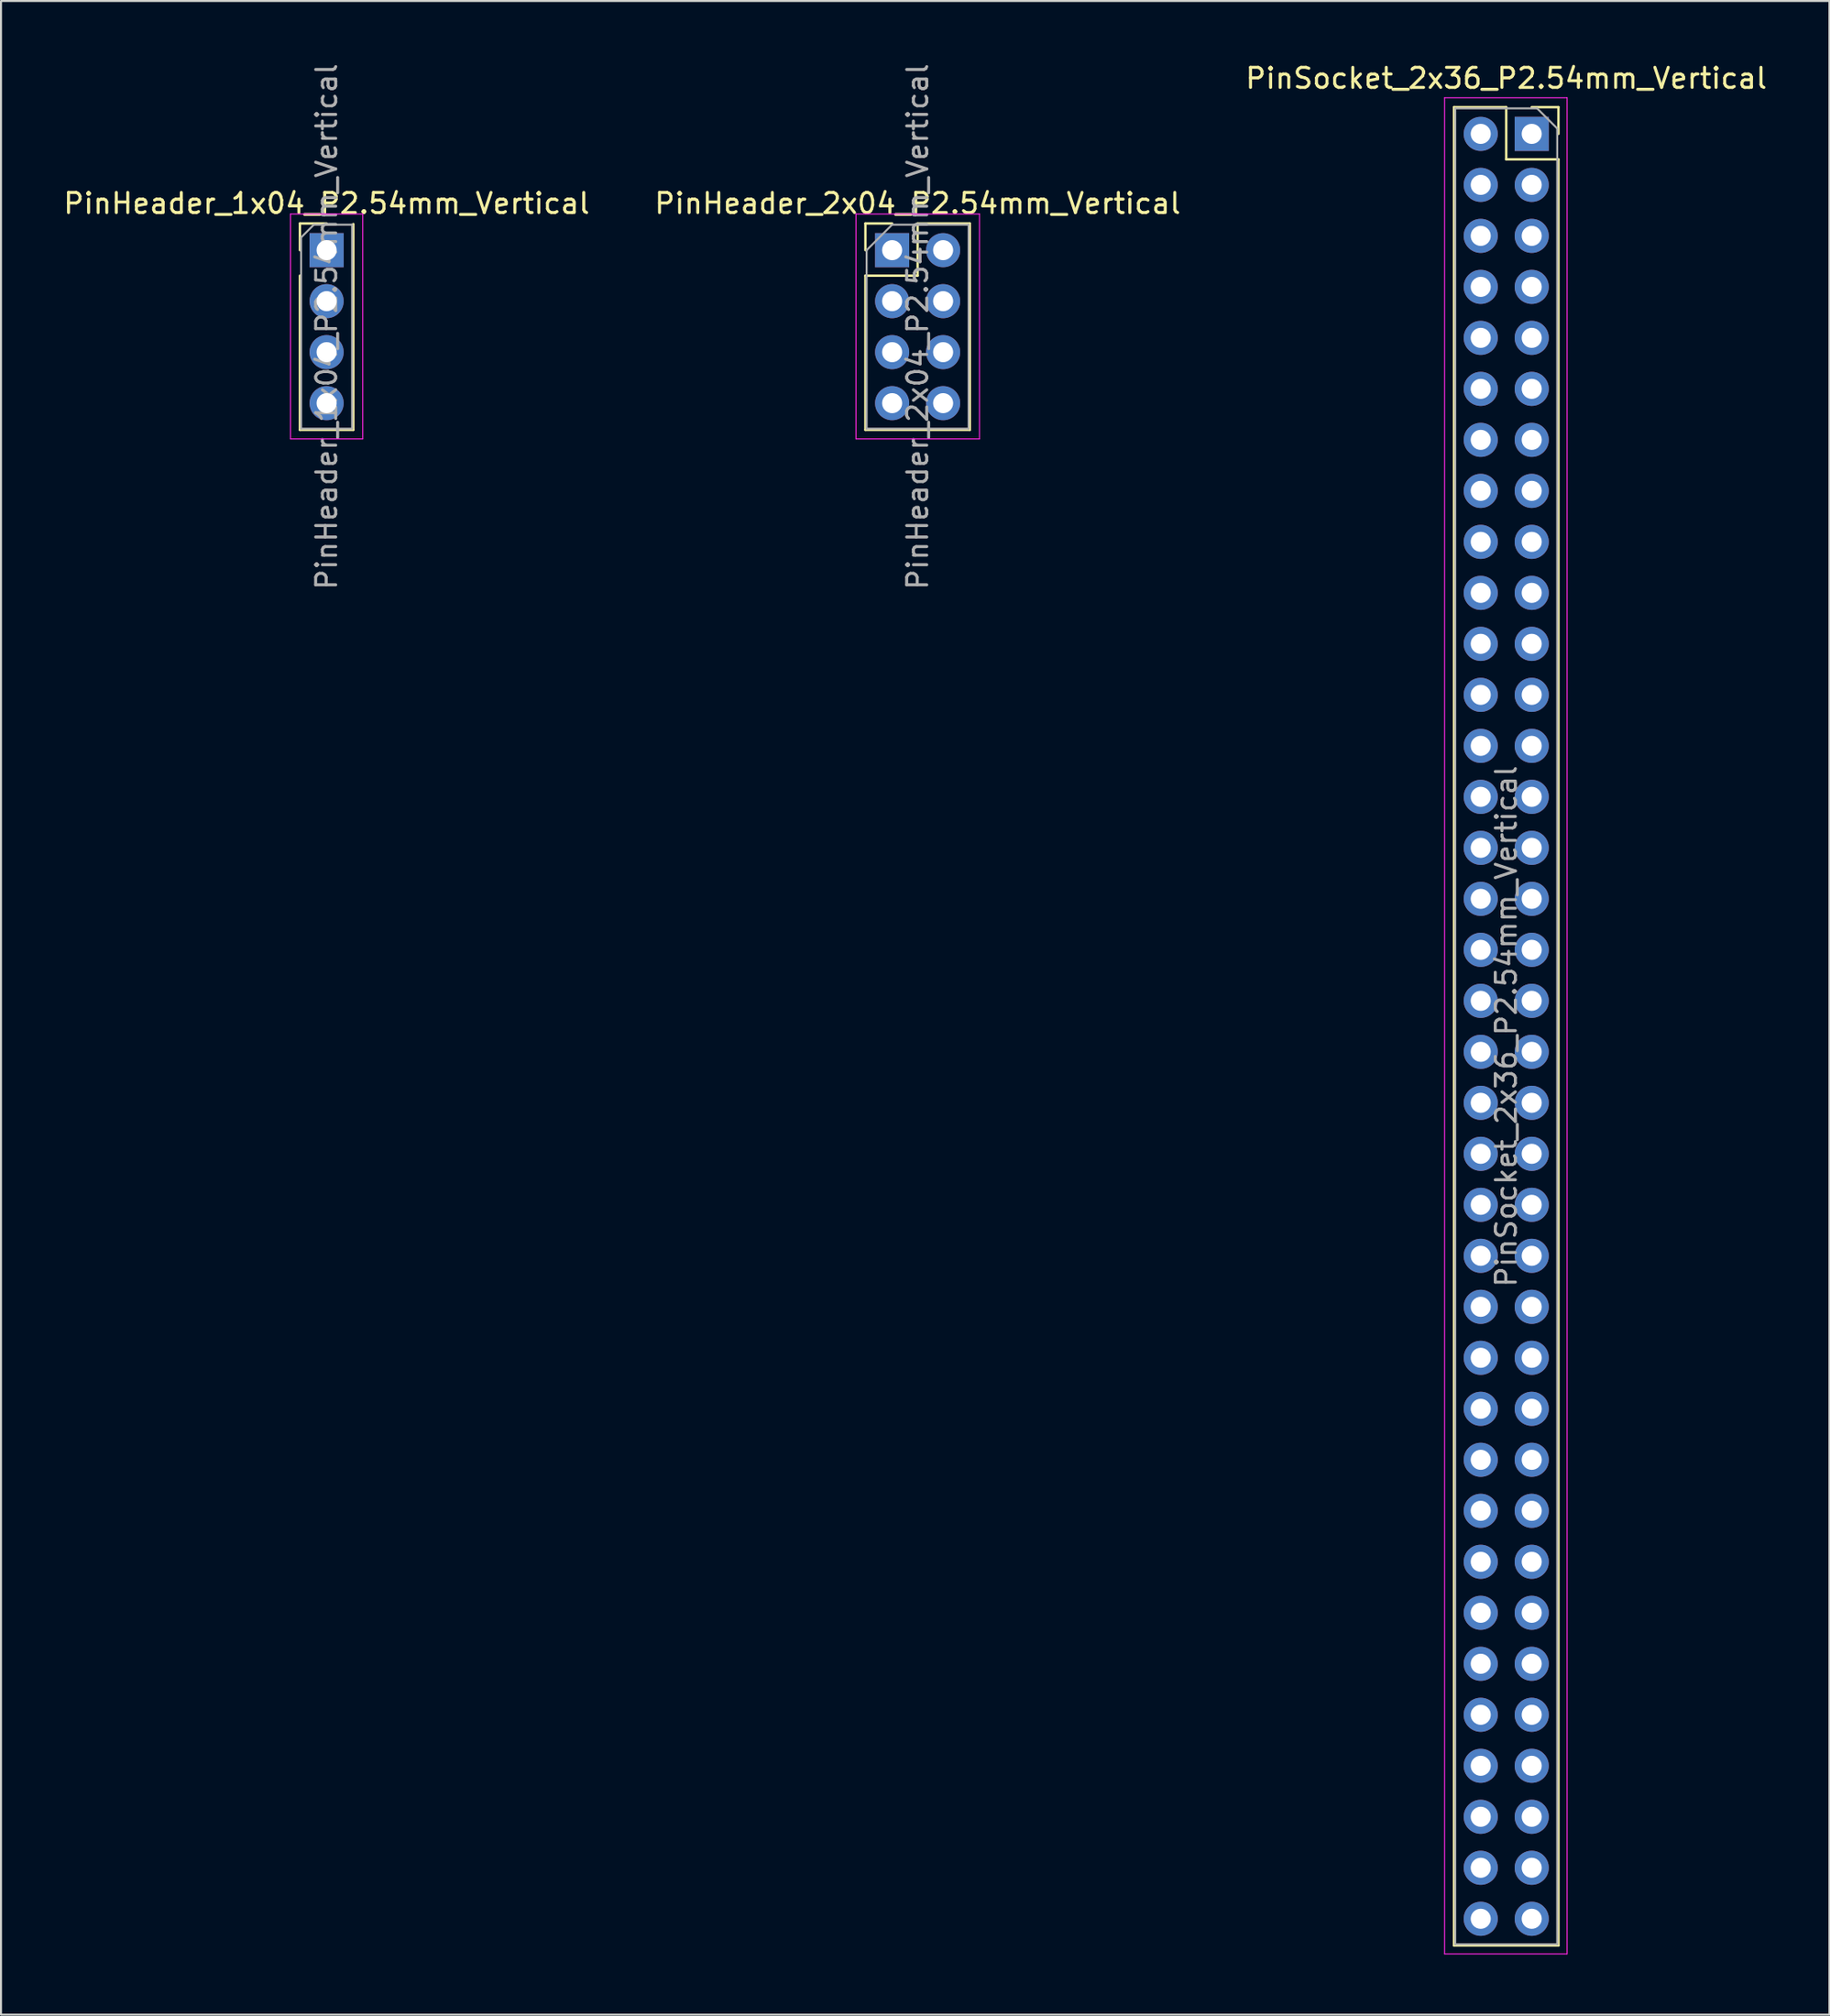
<source format=kicad_pcb>
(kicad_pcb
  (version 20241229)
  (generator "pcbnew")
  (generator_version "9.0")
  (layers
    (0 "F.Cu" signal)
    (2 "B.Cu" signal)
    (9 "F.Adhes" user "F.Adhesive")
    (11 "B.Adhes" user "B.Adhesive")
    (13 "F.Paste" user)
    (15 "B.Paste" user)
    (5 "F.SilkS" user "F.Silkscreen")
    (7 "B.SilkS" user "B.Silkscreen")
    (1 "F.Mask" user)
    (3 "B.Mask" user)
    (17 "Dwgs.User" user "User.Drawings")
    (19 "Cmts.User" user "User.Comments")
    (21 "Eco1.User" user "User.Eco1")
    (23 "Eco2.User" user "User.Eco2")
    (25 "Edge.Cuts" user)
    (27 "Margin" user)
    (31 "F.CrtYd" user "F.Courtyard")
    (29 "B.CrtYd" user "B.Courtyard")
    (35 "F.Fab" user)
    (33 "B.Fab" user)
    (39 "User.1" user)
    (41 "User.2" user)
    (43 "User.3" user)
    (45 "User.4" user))
  (footprint "PinHeader_1x04_P2.54mm_Vertical"
    (layer "F.Cu")
    (at 13.22 9.41)
    (property "Reference" "PinHeader_1x04_P2.54mm_Vertical" (at 0 -2.33 0) (layer "F.SilkS") (effects (font (size 1 1) (thickness 0.15))))
    (attr through_hole)
    (fp_line (start -1.33 -1.33) (end 0 -1.33) (stroke (width 0.12) (type solid)) (layer "F.SilkS"))
    (fp_line (start -1.33 0) (end -1.33 -1.33) (stroke (width 0.12) (type solid)) (layer "F.SilkS"))
    (fp_line (start -1.33 1.27) (end -1.33 8.95) (stroke (width 0.12) (type solid)) (layer "F.SilkS"))
    (fp_line (start -1.33 8.95) (end 1.33 8.95) (stroke (width 0.12) (type solid)) (layer "F.SilkS"))
    (fp_line (start 1.33 -1.3) (end 1.33 8.95) (stroke (width 0.12) (type solid)) (layer "F.SilkS"))
    (fp_line (start -1.8 -1.8) (end -1.8 9.4) (stroke (width 0.05) (type solid)) (layer "F.CrtYd"))
    (fp_line (start -1.8 9.4) (end 1.8 9.4) (stroke (width 0.05) (type solid)) (layer "F.CrtYd"))
    (fp_line (start 1.8 -1.8) (end -1.8 -1.8) (stroke (width 0.05) (type solid)) (layer "F.CrtYd"))
    (fp_line (start 1.8 9.4) (end 1.8 -1.8) (stroke (width 0.05) (type solid)) (layer "F.CrtYd"))
    (fp_line (start -1.27 -0.635) (end -0.635 -1.27) (stroke (width 0.1) (type solid)) (layer "F.Fab"))
    (fp_line (start -1.27 8.89) (end -1.27 -0.635) (stroke (width 0.1) (type solid)) (layer "F.Fab"))
    (fp_line (start -0.635 -1.27) (end 1.27 -1.27) (stroke (width 0.1) (type solid)) (layer "F.Fab"))
    (fp_line (start 1.27 -1.27) (end 1.27 8.89) (stroke (width 0.1) (type solid)) (layer "F.Fab"))
    (fp_line (start 1.27 8.89) (end -1.27 8.89) (stroke (width 0.1) (type solid)) (layer "F.Fab"))
    (fp_text user "${REFERENCE}" (at 0 3.81 90) (layer "F.Fab") (effects (font (size 1 1) (thickness 0.15))))
    (pad "1" thru_hole rect (at 0 0) (size 1.7 1.7) (drill 1) (layers "*.Cu" "*.Mask"))
    (pad "2" thru_hole oval (at 0 2.54) (size 1.7 1.7) (drill 1) (layers "*.Cu" "*.Mask"))
    (pad "3" thru_hole oval (at 0 5.08) (size 1.7 1.7) (drill 1) (layers "*.Cu" "*.Mask"))
    (pad "4" thru_hole oval (at 0 7.62) (size 1.7 1.7) (drill 1) (layers "*.Cu" "*.Mask")))
  (footprint "PinSocket_2x36_P2.54mm_Vertical"
    (layer "F.Cu")
    (at 73.252 3.618)
    (property "Reference" "PinSocket_2x36_P2.54mm_Vertical" (at -1.27 -2.77 180) (layer "F.SilkS") (effects (font (size 1 1) (thickness 0.15))))
    (attr through_hole)
    (fp_line (start -3.87 -1.33) (end -3.87 90.23) (stroke (width 0.12) (type solid)) (layer "F.SilkS"))
    (fp_line (start -3.87 -1.33) (end -1.27 -1.33) (stroke (width 0.12) (type solid)) (layer "F.SilkS"))
    (fp_line (start -3.87 90.23) (end 1.33 90.23) (stroke (width 0.12) (type solid)) (layer "F.SilkS"))
    (fp_line (start -1.27 -1.33) (end -1.27 1.27) (stroke (width 0.12) (type solid)) (layer "F.SilkS"))
    (fp_line (start -1.27 1.27) (end 1.33 1.27) (stroke (width 0.12) (type solid)) (layer "F.SilkS"))
    (fp_line (start 0 -1.33) (end 1.33 -1.33) (stroke (width 0.12) (type solid)) (layer "F.SilkS"))
    (fp_line (start 1.33 -1.33) (end 1.33 0) (stroke (width 0.12) (type solid)) (layer "F.SilkS"))
    (fp_line (start 1.33 1.27) (end 1.33 90.23) (stroke (width 0.12) (type solid)) (layer "F.SilkS"))
    (fp_line (start -4.34 -1.8) (end 1.76 -1.8) (stroke (width 0.05) (type solid)) (layer "F.CrtYd"))
    (fp_line (start -4.34 90.65) (end -4.34 -1.8) (stroke (width 0.05) (type solid)) (layer "F.CrtYd"))
    (fp_line (start 1.76 -1.8) (end 1.76 90.65) (stroke (width 0.05) (type solid)) (layer "F.CrtYd"))
    (fp_line (start 1.76 90.65) (end -4.34 90.65) (stroke (width 0.05) (type solid)) (layer "F.CrtYd"))
    (fp_line (start -3.81 -1.27) (end 0.27 -1.27) (stroke (width 0.1) (type solid)) (layer "F.Fab"))
    (fp_line (start -3.81 90.17) (end -3.81 -1.27) (stroke (width 0.1) (type solid)) (layer "F.Fab"))
    (fp_line (start 0.27 -1.27) (end 1.27 -0.27) (stroke (width 0.1) (type solid)) (layer "F.Fab"))
    (fp_line (start 1.27 -0.27) (end 1.27 90.17) (stroke (width 0.1) (type solid)) (layer "F.Fab"))
    (fp_line (start 1.27 90.17) (end -3.81 90.17) (stroke (width 0.1) (type solid)) (layer "F.Fab"))
    (fp_text user "${REFERENCE}" (at -1.27 44.45 270) (layer "F.Fab") (effects (font (size 1 1) (thickness 0.15))))
    (pad "1" thru_hole rect (at 0 0) (size 1.7 1.7) (drill 1) (layers "*.Cu" "*.Mask"))
    (pad "2" thru_hole oval (at -2.54 0) (size 1.7 1.7) (drill 1) (layers "*.Cu" "*.Mask"))
    (pad "3" thru_hole oval (at 0 2.54) (size 1.7 1.7) (drill 1) (layers "*.Cu" "*.Mask"))
    (pad "4" thru_hole oval (at -2.54 2.54) (size 1.7 1.7) (drill 1) (layers "*.Cu" "*.Mask"))
    (pad "5" thru_hole oval (at 0 5.08) (size 1.7 1.7) (drill 1) (layers "*.Cu" "*.Mask"))
    (pad "6" thru_hole oval (at -2.54 5.08) (size 1.7 1.7) (drill 1) (layers "*.Cu" "*.Mask"))
    (pad "7" thru_hole oval (at 0 7.62) (size 1.7 1.7) (drill 1) (layers "*.Cu" "*.Mask"))
    (pad "8" thru_hole oval (at -2.54 7.62) (size 1.7 1.7) (drill 1) (layers "*.Cu" "*.Mask"))
    (pad "9" thru_hole oval (at 0 10.16) (size 1.7 1.7) (drill 1) (layers "*.Cu" "*.Mask"))
    (pad "10" thru_hole oval (at -2.54 10.16) (size 1.7 1.7) (drill 1) (layers "*.Cu" "*.Mask"))
    (pad "11" thru_hole oval (at 0 12.7) (size 1.7 1.7) (drill 1) (layers "*.Cu" "*.Mask"))
    (pad "12" thru_hole oval (at -2.54 12.7) (size 1.7 1.7) (drill 1) (layers "*.Cu" "*.Mask"))
    (pad "13" thru_hole oval (at 0 15.24) (size 1.7 1.7) (drill 1) (layers "*.Cu" "*.Mask"))
    (pad "14" thru_hole oval (at -2.54 15.24) (size 1.7 1.7) (drill 1) (layers "*.Cu" "*.Mask"))
    (pad "15" thru_hole oval (at 0 17.78) (size 1.7 1.7) (drill 1) (layers "*.Cu" "*.Mask"))
    (pad "16" thru_hole oval (at -2.54 17.78) (size 1.7 1.7) (drill 1) (layers "*.Cu" "*.Mask"))
    (pad "17" thru_hole oval (at 0 20.32) (size 1.7 1.7) (drill 1) (layers "*.Cu" "*.Mask"))
    (pad "18" thru_hole oval (at -2.54 20.32) (size 1.7 1.7) (drill 1) (layers "*.Cu" "*.Mask"))
    (pad "19" thru_hole oval (at 0 22.86) (size 1.7 1.7) (drill 1) (layers "*.Cu" "*.Mask"))
    (pad "20" thru_hole oval (at -2.54 22.86) (size 1.7 1.7) (drill 1) (layers "*.Cu" "*.Mask"))
    (pad "21" thru_hole oval (at 0 25.4) (size 1.7 1.7) (drill 1) (layers "*.Cu" "*.Mask"))
    (pad "22" thru_hole oval (at -2.54 25.4) (size 1.7 1.7) (drill 1) (layers "*.Cu" "*.Mask"))
    (pad "23" thru_hole oval (at 0 27.94) (size 1.7 1.7) (drill 1) (layers "*.Cu" "*.Mask"))
    (pad "24" thru_hole oval (at -2.54 27.94) (size 1.7 1.7) (drill 1) (layers "*.Cu" "*.Mask"))
    (pad "25" thru_hole oval (at 0 30.48) (size 1.7 1.7) (drill 1) (layers "*.Cu" "*.Mask"))
    (pad "26" thru_hole oval (at -2.54 30.48) (size 1.7 1.7) (drill 1) (layers "*.Cu" "*.Mask"))
    (pad "27" thru_hole oval (at 0 33.02) (size 1.7 1.7) (drill 1) (layers "*.Cu" "*.Mask"))
    (pad "28" thru_hole oval (at -2.54 33.02) (size 1.7 1.7) (drill 1) (layers "*.Cu" "*.Mask"))
    (pad "29" thru_hole oval (at 0 35.56) (size 1.7 1.7) (drill 1) (layers "*.Cu" "*.Mask"))
    (pad "30" thru_hole oval (at -2.54 35.56) (size 1.7 1.7) (drill 1) (layers "*.Cu" "*.Mask"))
    (pad "31" thru_hole oval (at 0 38.1) (size 1.7 1.7) (drill 1) (layers "*.Cu" "*.Mask"))
    (pad "32" thru_hole oval (at -2.54 38.1) (size 1.7 1.7) (drill 1) (layers "*.Cu" "*.Mask"))
    (pad "33" thru_hole oval (at 0 40.64) (size 1.7 1.7) (drill 1) (layers "*.Cu" "*.Mask"))
    (pad "34" thru_hole oval (at -2.54 40.64) (size 1.7 1.7) (drill 1) (layers "*.Cu" "*.Mask"))
    (pad "35" thru_hole oval (at 0 43.18) (size 1.7 1.7) (drill 1) (layers "*.Cu" "*.Mask"))
    (pad "36" thru_hole oval (at -2.54 43.18) (size 1.7 1.7) (drill 1) (layers "*.Cu" "*.Mask"))
    (pad "37" thru_hole oval (at 0 45.72) (size 1.7 1.7) (drill 1) (layers "*.Cu" "*.Mask"))
    (pad "38" thru_hole oval (at -2.54 45.72) (size 1.7 1.7) (drill 1) (layers "*.Cu" "*.Mask"))
    (pad "39" thru_hole oval (at 0 48.26) (size 1.7 1.7) (drill 1) (layers "*.Cu" "*.Mask"))
    (pad "40" thru_hole oval (at -2.54 48.26) (size 1.7 1.7) (drill 1) (layers "*.Cu" "*.Mask"))
    (pad "41" thru_hole oval (at 0 50.8) (size 1.7 1.7) (drill 1) (layers "*.Cu" "*.Mask"))
    (pad "42" thru_hole oval (at -2.54 50.8) (size 1.7 1.7) (drill 1) (layers "*.Cu" "*.Mask"))
    (pad "43" thru_hole oval (at 0 53.34) (size 1.7 1.7) (drill 1) (layers "*.Cu" "*.Mask"))
    (pad "44" thru_hole oval (at -2.54 53.34) (size 1.7 1.7) (drill 1) (layers "*.Cu" "*.Mask"))
    (pad "45" thru_hole oval (at 0 55.88) (size 1.7 1.7) (drill 1) (layers "*.Cu" "*.Mask"))
    (pad "46" thru_hole oval (at -2.54 55.88) (size 1.7 1.7) (drill 1) (layers "*.Cu" "*.Mask"))
    (pad "47" thru_hole oval (at 0 58.42) (size 1.7 1.7) (drill 1) (layers "*.Cu" "*.Mask"))
    (pad "48" thru_hole oval (at -2.54 58.42) (size 1.7 1.7) (drill 1) (layers "*.Cu" "*.Mask"))
    (pad "49" thru_hole oval (at 0 60.96) (size 1.7 1.7) (drill 1) (layers "*.Cu" "*.Mask"))
    (pad "50" thru_hole oval (at -2.54 60.96) (size 1.7 1.7) (drill 1) (layers "*.Cu" "*.Mask"))
    (pad "51" thru_hole oval (at 0 63.5) (size 1.7 1.7) (drill 1) (layers "*.Cu" "*.Mask"))
    (pad "52" thru_hole oval (at -2.54 63.5) (size 1.7 1.7) (drill 1) (layers "*.Cu" "*.Mask"))
    (pad "53" thru_hole oval (at 0 66.04) (size 1.7 1.7) (drill 1) (layers "*.Cu" "*.Mask"))
    (pad "54" thru_hole oval (at -2.54 66.04) (size 1.7 1.7) (drill 1) (layers "*.Cu" "*.Mask"))
    (pad "55" thru_hole oval (at 0 68.58) (size 1.7 1.7) (drill 1) (layers "*.Cu" "*.Mask"))
    (pad "56" thru_hole oval (at -2.54 68.58) (size 1.7 1.7) (drill 1) (layers "*.Cu" "*.Mask"))
    (pad "57" thru_hole oval (at 0 71.12) (size 1.7 1.7) (drill 1) (layers "*.Cu" "*.Mask"))
    (pad "58" thru_hole oval (at -2.54 71.12) (size 1.7 1.7) (drill 1) (layers "*.Cu" "*.Mask"))
    (pad "59" thru_hole oval (at 0 73.66) (size 1.7 1.7) (drill 1) (layers "*.Cu" "*.Mask"))
    (pad "60" thru_hole oval (at -2.54 73.66) (size 1.7 1.7) (drill 1) (layers "*.Cu" "*.Mask"))
    (pad "61" thru_hole oval (at 0 76.2) (size 1.7 1.7) (drill 1) (layers "*.Cu" "*.Mask"))
    (pad "62" thru_hole oval (at -2.54 76.2) (size 1.7 1.7) (drill 1) (layers "*.Cu" "*.Mask"))
    (pad "63" thru_hole oval (at 0 78.74) (size 1.7 1.7) (drill 1) (layers "*.Cu" "*.Mask"))
    (pad "64" thru_hole oval (at -2.54 78.74) (size 1.7 1.7) (drill 1) (layers "*.Cu" "*.Mask"))
    (pad "65" thru_hole oval (at 0 81.28) (size 1.7 1.7) (drill 1) (layers "*.Cu" "*.Mask"))
    (pad "66" thru_hole oval (at -2.54 81.28) (size 1.7 1.7) (drill 1) (layers "*.Cu" "*.Mask"))
    (pad "67" thru_hole oval (at 0 83.82) (size 1.7 1.7) (drill 1) (layers "*.Cu" "*.Mask"))
    (pad "68" thru_hole oval (at -2.54 83.82) (size 1.7 1.7) (drill 1) (layers "*.Cu" "*.Mask"))
    (pad "69" thru_hole oval (at 0 86.36) (size 1.7 1.7) (drill 1) (layers "*.Cu" "*.Mask"))
    (pad "70" thru_hole oval (at -2.54 86.36) (size 1.7 1.7) (drill 1) (layers "*.Cu" "*.Mask"))
    (pad "71" thru_hole oval (at 0 88.9) (size 1.7 1.7) (drill 1) (layers "*.Cu" "*.Mask"))
    (pad "72" thru_hole oval (at -2.54 88.9) (size 1.7 1.7) (drill 1) (layers "*.Cu" "*.Mask")))
  (footprint "PinHeader_2x04_P2.54mm_Vertical"
    (layer "F.Cu")
    (at 41.391 9.41)
    (property "Reference" "PinHeader_2x04_P2.54mm_Vertical" (at 1.27 -2.33 0) (layer "F.SilkS") (effects (font (size 1 1) (thickness 0.15))))
    (attr through_hole)
    (fp_line (start -1.33 -1.33) (end 0 -1.33) (stroke (width 0.12) (type solid)) (layer "F.SilkS"))
    (fp_line (start -1.33 0) (end -1.33 -1.33) (stroke (width 0.12) (type solid)) (layer "F.SilkS"))
    (fp_line (start -1.33 1.27) (end -1.33 8.95) (stroke (width 0.12) (type solid)) (layer "F.SilkS"))
    (fp_line (start -1.33 1.27) (end 1.27 1.27) (stroke (width 0.12) (type solid)) (layer "F.SilkS"))
    (fp_line (start -1.33 8.95) (end 3.87 8.95) (stroke (width 0.12) (type solid)) (layer "F.SilkS"))
    (fp_line (start 1.27 -1.33) (end 3.87 -1.33) (stroke (width 0.12) (type solid)) (layer "F.SilkS"))
    (fp_line (start 1.27 1.27) (end 1.27 -1.33) (stroke (width 0.12) (type solid)) (layer "F.SilkS"))
    (fp_line (start 3.87 -1.33) (end 3.87 8.95) (stroke (width 0.12) (type solid)) (layer "F.SilkS"))
    (fp_line (start -1.8 -1.8) (end -1.8 9.4) (stroke (width 0.05) (type solid)) (layer "F.CrtYd"))
    (fp_line (start -1.8 9.4) (end 4.35 9.4) (stroke (width 0.05) (type solid)) (layer "F.CrtYd"))
    (fp_line (start 4.35 -1.8) (end -1.8 -1.8) (stroke (width 0.05) (type solid)) (layer "F.CrtYd"))
    (fp_line (start 4.35 9.4) (end 4.35 -1.8) (stroke (width 0.05) (type solid)) (layer "F.CrtYd"))
    (fp_line (start -1.27 0) (end 0 -1.27) (stroke (width 0.1) (type solid)) (layer "F.Fab"))
    (fp_line (start -1.27 8.89) (end -1.27 0) (stroke (width 0.1) (type solid)) (layer "F.Fab"))
    (fp_line (start 0 -1.27) (end 3.81 -1.27) (stroke (width 0.1) (type solid)) (layer "F.Fab"))
    (fp_line (start 3.81 -1.27) (end 3.81 8.89) (stroke (width 0.1) (type solid)) (layer "F.Fab"))
    (fp_line (start 3.81 8.89) (end -1.27 8.89) (stroke (width 0.1) (type solid)) (layer "F.Fab"))
    (fp_text user "${REFERENCE}" (at 1.27 3.81 90) (layer "F.Fab") (effects (font (size 1 1) (thickness 0.15))))
    (pad "1" thru_hole rect (at 0 0) (size 1.7 1.7) (drill 1) (layers "*.Cu" "*.Mask"))
    (pad "2" thru_hole oval (at 2.54 0) (size 1.7 1.7) (drill 1) (layers "*.Cu" "*.Mask"))
    (pad "3" thru_hole oval (at 0 2.54) (size 1.7 1.7) (drill 1) (layers "*.Cu" "*.Mask"))
    (pad "4" thru_hole oval (at 2.54 2.54) (size 1.7 1.7) (drill 1) (layers "*.Cu" "*.Mask"))
    (pad "5" thru_hole oval (at 0 5.08) (size 1.7 1.7) (drill 1) (layers "*.Cu" "*.Mask"))
    (pad "6" thru_hole oval (at 2.54 5.08) (size 1.7 1.7) (drill 1) (layers "*.Cu" "*.Mask"))
    (pad "7" thru_hole oval (at 0 7.62) (size 1.7 1.7) (drill 1) (layers "*.Cu" "*.Mask"))
    (pad "8" thru_hole oval (at 2.54 7.62) (size 1.7 1.7) (drill 1) (layers "*.Cu" "*.Mask")))
  (gr_rect
    (start -3 -3)
    (end 88.083 97.293)
    (stroke (width 0.1) (type default))
    (fill no)
    (layer "Edge.Cuts")))
</source>
